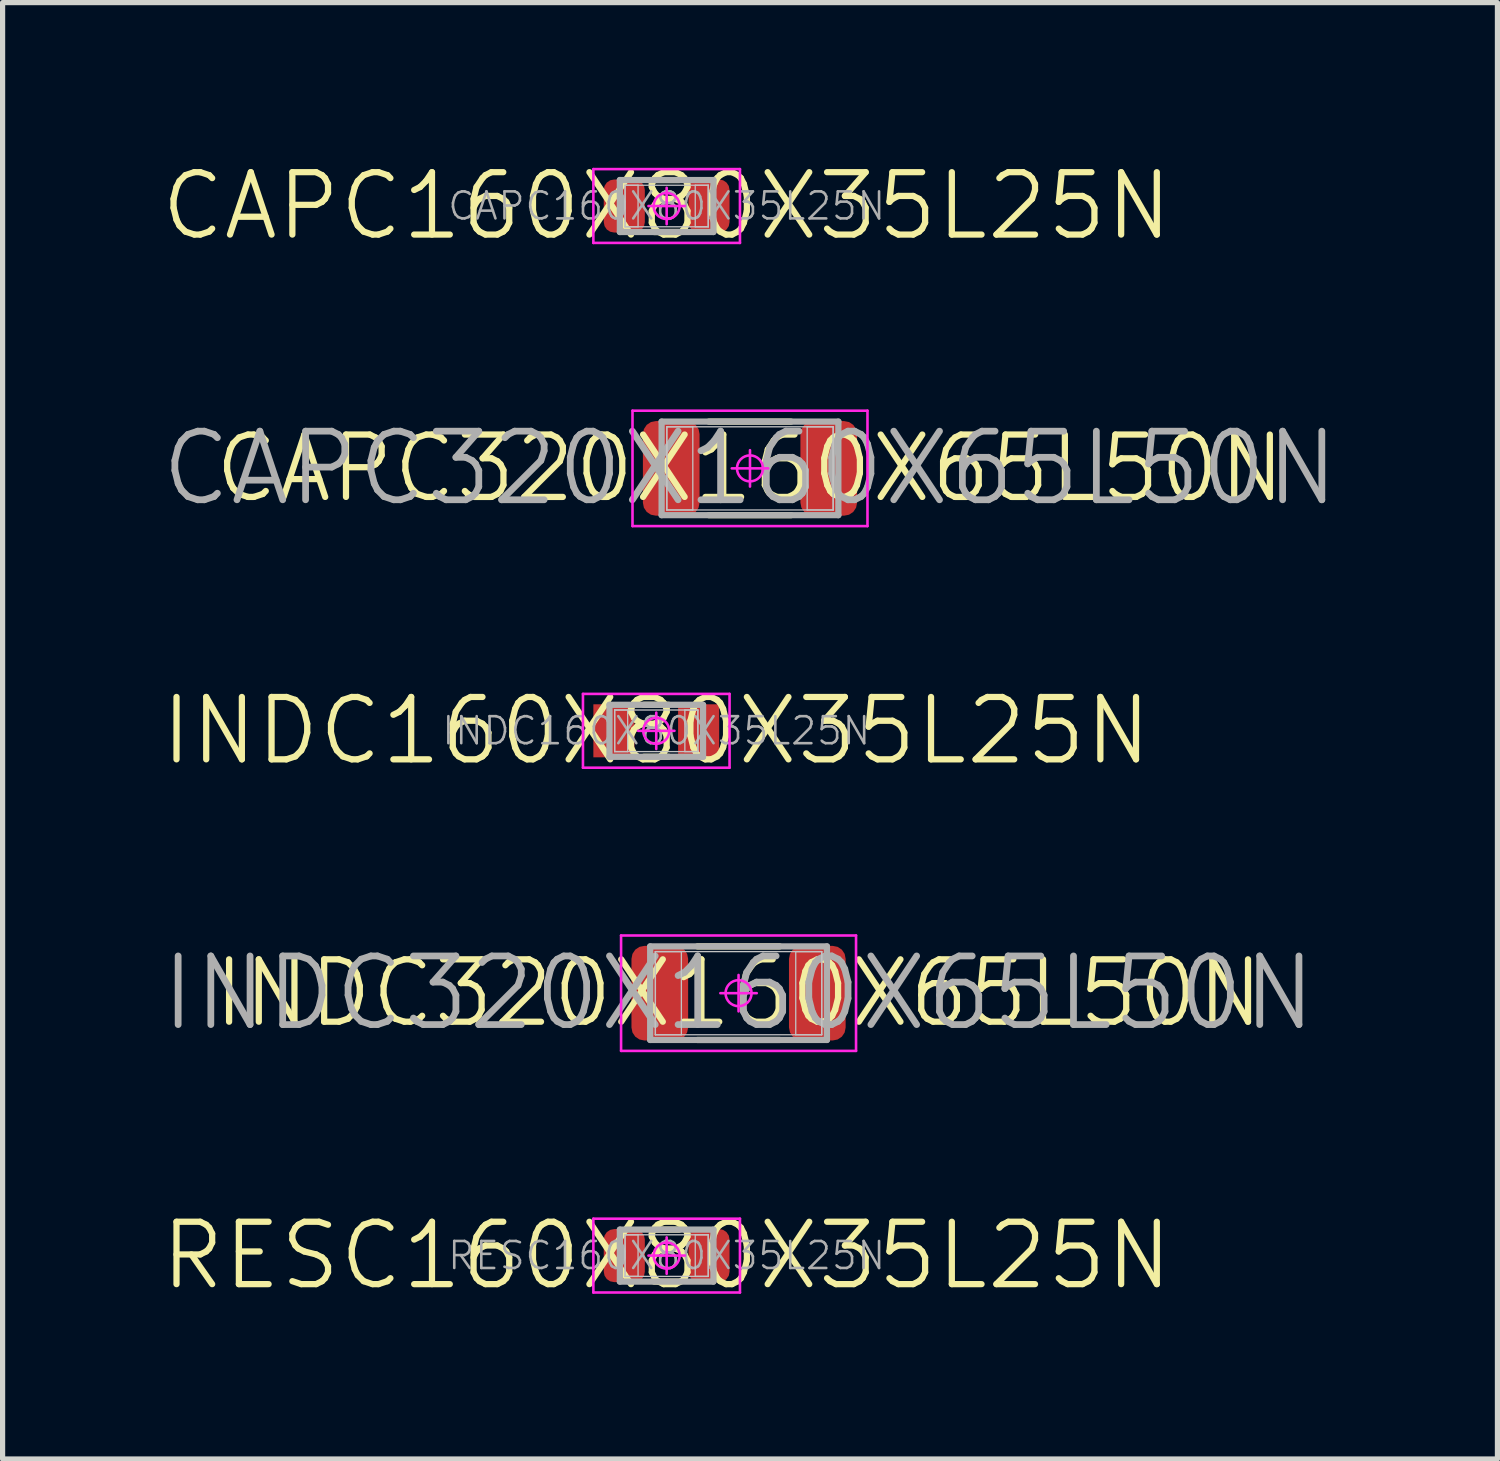
<source format=kicad_pcb>
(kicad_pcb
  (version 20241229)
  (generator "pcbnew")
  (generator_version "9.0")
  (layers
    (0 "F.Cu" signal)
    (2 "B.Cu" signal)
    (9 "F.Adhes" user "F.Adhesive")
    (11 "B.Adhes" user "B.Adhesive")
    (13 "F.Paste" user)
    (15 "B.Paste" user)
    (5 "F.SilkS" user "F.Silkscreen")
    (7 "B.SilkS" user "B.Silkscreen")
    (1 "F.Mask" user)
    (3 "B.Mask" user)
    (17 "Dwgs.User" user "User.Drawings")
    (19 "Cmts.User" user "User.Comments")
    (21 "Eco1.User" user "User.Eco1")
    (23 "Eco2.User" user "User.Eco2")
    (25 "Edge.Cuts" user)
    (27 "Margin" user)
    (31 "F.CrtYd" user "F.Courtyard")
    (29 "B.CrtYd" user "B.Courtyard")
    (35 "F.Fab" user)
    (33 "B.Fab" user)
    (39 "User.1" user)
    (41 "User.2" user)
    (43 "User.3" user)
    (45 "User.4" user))
  (footprint "INDC320X160X65L50N"
    (layer "F.Cu")
    (at 11.157 16.055)
    (property "Reference" "INDC320X160X65L50N" (at 0 0 0) (layer "F.SilkS") (effects (font (size 1.2 1.2) (thickness 0.12))))
    (attr smd)
    (fp_line (start -0.79 -0.9) (end 0.79 -0.9) (stroke (width 0.12) (type solid)) (layer "F.SilkS"))
    (fp_line (start -0.79 0.9) (end 0.79 0.9) (stroke (width 0.12) (type solid)) (layer "F.SilkS"))
    (fp_line (start -1.6 -0.8) (end -1.1 -0.8) (stroke (width 0.025) (type solid)) (layer "Dwgs.User"))
    (fp_line (start -1.6 -0.8) (end 1.6 -0.8) (stroke (width 0.025) (type solid)) (layer "Dwgs.User"))
    (fp_line (start -1.6 0.8) (end -1.6 -0.8) (stroke (width 0.025) (type solid)) (layer "Dwgs.User"))
    (fp_line (start -1.6 0.8) (end -1.6 -0.8) (stroke (width 0.025) (type solid)) (layer "Dwgs.User"))
    (fp_line (start -1.1 -0.8) (end -1.1 0.8) (stroke (width 0.025) (type solid)) (layer "Dwgs.User"))
    (fp_line (start -1.1 0.8) (end -1.6 0.8) (stroke (width 0.025) (type solid)) (layer "Dwgs.User"))
    (fp_line (start 1.1 -0.8) (end 1.6 -0.8) (stroke (width 0.025) (type solid)) (layer "Dwgs.User"))
    (fp_line (start 1.1 0.8) (end 1.1 -0.8) (stroke (width 0.025) (type solid)) (layer "Dwgs.User"))
    (fp_line (start 1.6 -0.8) (end 1.6 0.8) (stroke (width 0.025) (type solid)) (layer "Dwgs.User"))
    (fp_line (start 1.6 -0.8) (end 1.6 0.8) (stroke (width 0.025) (type solid)) (layer "Dwgs.User"))
    (fp_line (start 1.6 0.8) (end -1.6 0.8) (stroke (width 0.025) (type solid)) (layer "Dwgs.User"))
    (fp_line (start 1.6 0.8) (end 1.1 0.8) (stroke (width 0.025) (type solid)) (layer "Dwgs.User"))
    (fp_line (start -2.26 -1.11) (end 2.26 -1.11) (stroke (width 0.05) (type solid)) (layer "F.CrtYd"))
    (fp_line (start -2.26 1.11) (end -2.26 -1.11) (stroke (width 0.05) (type solid)) (layer "F.CrtYd"))
    (fp_line (start 0 -0.35) (end 0 0.35) (stroke (width 0.05) (type solid)) (layer "F.CrtYd"))
    (fp_line (start 0.35 0) (end -0.35 0) (stroke (width 0.05) (type solid)) (layer "F.CrtYd"))
    (fp_line (start 2.26 -1.11) (end 2.26 1.11) (stroke (width 0.05) (type solid)) (layer "F.CrtYd"))
    (fp_line (start 2.26 1.11) (end -2.26 1.11) (stroke (width 0.05) (type solid)) (layer "F.CrtYd"))
    (fp_circle (center 0 0) (end 0 0.25) (stroke (width 0.05) (type solid)) (fill no) (layer "F.CrtYd"))
    (fp_line (start -1.7 -0.9) (end 1.7 -0.9) (stroke (width 0.12) (type solid)) (layer "F.Fab"))
    (fp_line (start -1.7 0.9) (end -1.7 -0.9) (stroke (width 0.12) (type solid)) (layer "F.Fab"))
    (fp_line (start 1.7 -0.9) (end 1.7 0.9) (stroke (width 0.12) (type solid)) (layer "F.Fab"))
    (fp_line (start 1.7 0.9) (end -1.7 0.9) (stroke (width 0.12) (type solid)) (layer "F.Fab"))
    (fp_text user "${REFERENCE}" (at 0 0 0) (layer "F.Fab") (effects (font (size 1.32 1.32) (thickness 0.13))))
    (pad "1" smd roundrect (at -1.515 0) (size 1.09 1.82) (layers "F.Cu" "F.Mask" "F.Paste") (roundrect_rratio 0.229))
    (pad "2" smd roundrect (at 1.515 0) (size 1.09 1.82) (layers "F.Cu" "F.Mask" "F.Paste") (roundrect_rratio 0.229)))
  (footprint "RESC160X80X35L25N"
    (layer "F.Cu")
    (at 9.774 21.103)
    (property "Reference" "RESC160X80X35L25N" (at 0 0 0) (layer "F.SilkS") (effects (font (size 1.2 1.2) (thickness 0.12))))
    (attr smd)
    (fp_line (start -0.24 -0.5) (end 0.24 -0.5) (stroke (width 0.12) (type solid)) (layer "F.SilkS"))
    (fp_line (start -0.24 0.5) (end 0.24 0.5) (stroke (width 0.12) (type solid)) (layer "F.SilkS"))
    (fp_line (start -0.8 -0.4) (end -0.55 -0.4) (stroke (width 0.025) (type solid)) (layer "Dwgs.User"))
    (fp_line (start -0.8 -0.4) (end 0.8 -0.4) (stroke (width 0.025) (type solid)) (layer "Dwgs.User"))
    (fp_line (start -0.8 0.4) (end -0.8 -0.4) (stroke (width 0.025) (type solid)) (layer "Dwgs.User"))
    (fp_line (start -0.8 0.4) (end -0.8 -0.4) (stroke (width 0.025) (type solid)) (layer "Dwgs.User"))
    (fp_line (start -0.55 -0.4) (end -0.55 0.4) (stroke (width 0.025) (type solid)) (layer "Dwgs.User"))
    (fp_line (start -0.55 0.4) (end -0.8 0.4) (stroke (width 0.025) (type solid)) (layer "Dwgs.User"))
    (fp_line (start 0.55 -0.4) (end 0.8 -0.4) (stroke (width 0.025) (type solid)) (layer "Dwgs.User"))
    (fp_line (start 0.55 0.4) (end 0.55 -0.4) (stroke (width 0.025) (type solid)) (layer "Dwgs.User"))
    (fp_line (start 0.8 -0.4) (end 0.8 0.4) (stroke (width 0.025) (type solid)) (layer "Dwgs.User"))
    (fp_line (start 0.8 -0.4) (end 0.8 0.4) (stroke (width 0.025) (type solid)) (layer "Dwgs.User"))
    (fp_line (start 0.8 0.4) (end -0.8 0.4) (stroke (width 0.025) (type solid)) (layer "Dwgs.User"))
    (fp_line (start 0.8 0.4) (end 0.55 0.4) (stroke (width 0.025) (type solid)) (layer "Dwgs.User"))
    (fp_line (start -1.41 -0.71) (end 1.41 -0.71) (stroke (width 0.05) (type solid)) (layer "F.CrtYd"))
    (fp_line (start -1.41 0.71) (end -1.41 -0.71) (stroke (width 0.05) (type solid)) (layer "F.CrtYd"))
    (fp_line (start 0 -0.35) (end 0 0.35) (stroke (width 0.05) (type solid)) (layer "F.CrtYd"))
    (fp_line (start 0.35 0) (end -0.35 0) (stroke (width 0.05) (type solid)) (layer "F.CrtYd"))
    (fp_line (start 1.41 -0.71) (end 1.41 0.71) (stroke (width 0.05) (type solid)) (layer "F.CrtYd"))
    (fp_line (start 1.41 0.71) (end -1.41 0.71) (stroke (width 0.05) (type solid)) (layer "F.CrtYd"))
    (fp_circle (center 0 0) (end 0 0.25) (stroke (width 0.05) (type solid)) (fill no) (layer "F.CrtYd"))
    (fp_line (start -0.9 -0.5) (end 0.9 -0.5) (stroke (width 0.12) (type solid)) (layer "F.Fab"))
    (fp_line (start -0.9 0.5) (end -0.9 -0.5) (stroke (width 0.12) (type solid)) (layer "F.Fab"))
    (fp_line (start 0.9 -0.5) (end 0.9 0.5) (stroke (width 0.12) (type solid)) (layer "F.Fab"))
    (fp_line (start 0.9 0.5) (end -0.9 0.5) (stroke (width 0.12) (type solid)) (layer "F.Fab"))
    (fp_text user "${REFERENCE}" (at 0 0 0) (layer "F.Fab") (effects (font (size 0.52 0.52) (thickness 0.05))))
    (pad "1" smd roundrect (at -0.815 0) (size 0.79 1.02) (layers "F.Cu" "F.Mask" "F.Paste") (roundrect_rratio 0.253))
    (pad "2" smd roundrect (at 0.815 0) (size 0.79 1.02) (layers "F.Cu" "F.Mask" "F.Paste") (roundrect_rratio 0.253)))
  (footprint "CAPC160X80X35L25N"
    (layer "F.Cu")
    (at 9.774 0.913)
    (property "Reference" "CAPC160X80X35L25N" (at 0 0 0) (layer "F.SilkS") (effects (font (size 1.2 1.2) (thickness 0.12))))
    (attr smd)
    (fp_line (start -0.24 -0.5) (end 0.24 -0.5) (stroke (width 0.12) (type solid)) (layer "F.SilkS"))
    (fp_line (start -0.24 0.5) (end 0.24 0.5) (stroke (width 0.12) (type solid)) (layer "F.SilkS"))
    (fp_line (start -0.8 -0.4) (end -0.55 -0.4) (stroke (width 0.025) (type solid)) (layer "Dwgs.User"))
    (fp_line (start -0.8 -0.4) (end 0.8 -0.4) (stroke (width 0.025) (type solid)) (layer "Dwgs.User"))
    (fp_line (start -0.8 0.4) (end -0.8 -0.4) (stroke (width 0.025) (type solid)) (layer "Dwgs.User"))
    (fp_line (start -0.8 0.4) (end -0.8 -0.4) (stroke (width 0.025) (type solid)) (layer "Dwgs.User"))
    (fp_line (start -0.55 -0.4) (end -0.55 0.4) (stroke (width 0.025) (type solid)) (layer "Dwgs.User"))
    (fp_line (start -0.55 0.4) (end -0.8 0.4) (stroke (width 0.025) (type solid)) (layer "Dwgs.User"))
    (fp_line (start 0.55 -0.4) (end 0.8 -0.4) (stroke (width 0.025) (type solid)) (layer "Dwgs.User"))
    (fp_line (start 0.55 0.4) (end 0.55 -0.4) (stroke (width 0.025) (type solid)) (layer "Dwgs.User"))
    (fp_line (start 0.8 -0.4) (end 0.8 0.4) (stroke (width 0.025) (type solid)) (layer "Dwgs.User"))
    (fp_line (start 0.8 -0.4) (end 0.8 0.4) (stroke (width 0.025) (type solid)) (layer "Dwgs.User"))
    (fp_line (start 0.8 0.4) (end -0.8 0.4) (stroke (width 0.025) (type solid)) (layer "Dwgs.User"))
    (fp_line (start 0.8 0.4) (end 0.55 0.4) (stroke (width 0.025) (type solid)) (layer "Dwgs.User"))
    (fp_line (start -1.41 -0.71) (end 1.41 -0.71) (stroke (width 0.05) (type solid)) (layer "F.CrtYd"))
    (fp_line (start -1.41 0.71) (end -1.41 -0.71) (stroke (width 0.05) (type solid)) (layer "F.CrtYd"))
    (fp_line (start 0 -0.35) (end 0 0.35) (stroke (width 0.05) (type solid)) (layer "F.CrtYd"))
    (fp_line (start 0.35 0) (end -0.35 0) (stroke (width 0.05) (type solid)) (layer "F.CrtYd"))
    (fp_line (start 1.41 -0.71) (end 1.41 0.71) (stroke (width 0.05) (type solid)) (layer "F.CrtYd"))
    (fp_line (start 1.41 0.71) (end -1.41 0.71) (stroke (width 0.05) (type solid)) (layer "F.CrtYd"))
    (fp_circle (center 0 0) (end 0 0.25) (stroke (width 0.05) (type solid)) (fill no) (layer "F.CrtYd"))
    (fp_line (start -0.9 -0.5) (end 0.9 -0.5) (stroke (width 0.12) (type solid)) (layer "F.Fab"))
    (fp_line (start -0.9 0.5) (end -0.9 -0.5) (stroke (width 0.12) (type solid)) (layer "F.Fab"))
    (fp_line (start 0.9 -0.5) (end 0.9 0.5) (stroke (width 0.12) (type solid)) (layer "F.Fab"))
    (fp_line (start 0.9 0.5) (end -0.9 0.5) (stroke (width 0.12) (type solid)) (layer "F.Fab"))
    (fp_text user "${REFERENCE}" (at 0 0 0) (layer "F.Fab") (effects (font (size 0.52 0.52) (thickness 0.05))))
    (pad "1" smd roundrect (at -0.815 0) (size 0.79 1.02) (layers "F.Cu" "F.Mask" "F.Paste") (roundrect_rratio 0.253))
    (pad "2" smd roundrect (at 0.815 0) (size 0.79 1.02) (layers "F.Cu" "F.Mask" "F.Paste") (roundrect_rratio 0.253)))
  (footprint "INDC160X80X35L25N"
    (layer "F.Cu")
    (at 9.574 11.008)
    (property "Reference" "INDC160X80X35L25N" (at 0 0 0) (layer "F.SilkS") (effects (font (size 1.2 1.2) (thickness 0.12))))
    (attr smd)
    (fp_line (start -0.24 -0.5) (end 0.24 -0.5) (stroke (width 0.12) (type solid)) (layer "F.SilkS"))
    (fp_line (start -0.24 0.5) (end 0.24 0.5) (stroke (width 0.12) (type solid)) (layer "F.SilkS"))
    (fp_line (start -0.8 -0.4) (end -0.55 -0.4) (stroke (width 0.025) (type solid)) (layer "Dwgs.User"))
    (fp_line (start -0.8 -0.4) (end 0.8 -0.4) (stroke (width 0.025) (type solid)) (layer "Dwgs.User"))
    (fp_line (start -0.8 0.4) (end -0.8 -0.4) (stroke (width 0.025) (type solid)) (layer "Dwgs.User"))
    (fp_line (start -0.8 0.4) (end -0.8 -0.4) (stroke (width 0.025) (type solid)) (layer "Dwgs.User"))
    (fp_line (start -0.55 -0.4) (end -0.55 0.4) (stroke (width 0.025) (type solid)) (layer "Dwgs.User"))
    (fp_line (start -0.55 0.4) (end -0.8 0.4) (stroke (width 0.025) (type solid)) (layer "Dwgs.User"))
    (fp_line (start 0.55 -0.4) (end 0.8 -0.4) (stroke (width 0.025) (type solid)) (layer "Dwgs.User"))
    (fp_line (start 0.55 0.4) (end 0.55 -0.4) (stroke (width 0.025) (type solid)) (layer "Dwgs.User"))
    (fp_line (start 0.8 -0.4) (end 0.8 0.4) (stroke (width 0.025) (type solid)) (layer "Dwgs.User"))
    (fp_line (start 0.8 -0.4) (end 0.8 0.4) (stroke (width 0.025) (type solid)) (layer "Dwgs.User"))
    (fp_line (start 0.8 0.4) (end -0.8 0.4) (stroke (width 0.025) (type solid)) (layer "Dwgs.User"))
    (fp_line (start 0.8 0.4) (end 0.55 0.4) (stroke (width 0.025) (type solid)) (layer "Dwgs.User"))
    (fp_line (start -1.41 -0.71) (end 1.41 -0.71) (stroke (width 0.05) (type solid)) (layer "F.CrtYd"))
    (fp_line (start -1.41 0.71) (end -1.41 -0.71) (stroke (width 0.05) (type solid)) (layer "F.CrtYd"))
    (fp_line (start 0 -0.35) (end 0 0.35) (stroke (width 0.05) (type solid)) (layer "F.CrtYd"))
    (fp_line (start 0.35 0) (end -0.35 0) (stroke (width 0.05) (type solid)) (layer "F.CrtYd"))
    (fp_line (start 1.41 -0.71) (end 1.41 0.71) (stroke (width 0.05) (type solid)) (layer "F.CrtYd"))
    (fp_line (start 1.41 0.71) (end -1.41 0.71) (stroke (width 0.05) (type solid)) (layer "F.CrtYd"))
    (fp_circle (center 0 0) (end 0 0.25) (stroke (width 0.05) (type solid)) (fill no) (layer "F.CrtYd"))
    (fp_line (start -0.9 -0.5) (end 0.9 -0.5) (stroke (width 0.12) (type solid)) (layer "F.Fab"))
    (fp_line (start -0.9 0.5) (end -0.9 -0.5) (stroke (width 0.12) (type solid)) (layer "F.Fab"))
    (fp_line (start 0.9 -0.5) (end 0.9 0.5) (stroke (width 0.12) (type solid)) (layer "F.Fab"))
    (fp_line (start 0.9 0.5) (end -0.9 0.5) (stroke (width 0.12) (type solid)) (layer "F.Fab"))
    (fp_text user "${REFERENCE}" (at 0 0 0) (layer "F.Fab") (effects (font (size 0.52 0.52) (thickness 0.05))))
    (pad "1" smd rect (at -0.815 0) (size 0.79 1.02) (layers "F.Cu" "F.Mask" "F.Paste"))
    (pad "2" smd rect (at 0.815 0) (size 0.79 1.02) (layers "F.Cu" "F.Mask" "F.Paste")))
  (footprint "CAPC320X160X65L50N"
    (layer "F.Cu")
    (at 11.377 5.96)
    (property "Reference" "CAPC320X160X65L50N" (at 0 0 0) (layer "F.SilkS") (effects (font (size 1.2 1.2) (thickness 0.12))))
    (attr smd)
    (fp_line (start -0.79 -0.9) (end 0.79 -0.9) (stroke (width 0.12) (type solid)) (layer "F.SilkS"))
    (fp_line (start -0.79 0.9) (end 0.79 0.9) (stroke (width 0.12) (type solid)) (layer "F.SilkS"))
    (fp_line (start -1.6 -0.8) (end -1.1 -0.8) (stroke (width 0.025) (type solid)) (layer "Dwgs.User"))
    (fp_line (start -1.6 -0.8) (end 1.6 -0.8) (stroke (width 0.025) (type solid)) (layer "Dwgs.User"))
    (fp_line (start -1.6 0.8) (end -1.6 -0.8) (stroke (width 0.025) (type solid)) (layer "Dwgs.User"))
    (fp_line (start -1.6 0.8) (end -1.6 -0.8) (stroke (width 0.025) (type solid)) (layer "Dwgs.User"))
    (fp_line (start -1.1 -0.8) (end -1.1 0.8) (stroke (width 0.025) (type solid)) (layer "Dwgs.User"))
    (fp_line (start -1.1 0.8) (end -1.6 0.8) (stroke (width 0.025) (type solid)) (layer "Dwgs.User"))
    (fp_line (start 1.1 -0.8) (end 1.6 -0.8) (stroke (width 0.025) (type solid)) (layer "Dwgs.User"))
    (fp_line (start 1.1 0.8) (end 1.1 -0.8) (stroke (width 0.025) (type solid)) (layer "Dwgs.User"))
    (fp_line (start 1.6 -0.8) (end 1.6 0.8) (stroke (width 0.025) (type solid)) (layer "Dwgs.User"))
    (fp_line (start 1.6 -0.8) (end 1.6 0.8) (stroke (width 0.025) (type solid)) (layer "Dwgs.User"))
    (fp_line (start 1.6 0.8) (end -1.6 0.8) (stroke (width 0.025) (type solid)) (layer "Dwgs.User"))
    (fp_line (start 1.6 0.8) (end 1.1 0.8) (stroke (width 0.025) (type solid)) (layer "Dwgs.User"))
    (fp_line (start -2.26 -1.11) (end 2.26 -1.11) (stroke (width 0.05) (type solid)) (layer "F.CrtYd"))
    (fp_line (start -2.26 1.11) (end -2.26 -1.11) (stroke (width 0.05) (type solid)) (layer "F.CrtYd"))
    (fp_line (start 0 -0.35) (end 0 0.35) (stroke (width 0.05) (type solid)) (layer "F.CrtYd"))
    (fp_line (start 0.35 0) (end -0.35 0) (stroke (width 0.05) (type solid)) (layer "F.CrtYd"))
    (fp_line (start 2.26 -1.11) (end 2.26 1.11) (stroke (width 0.05) (type solid)) (layer "F.CrtYd"))
    (fp_line (start 2.26 1.11) (end -2.26 1.11) (stroke (width 0.05) (type solid)) (layer "F.CrtYd"))
    (fp_circle (center 0 0) (end 0 0.25) (stroke (width 0.05) (type solid)) (fill no) (layer "F.CrtYd"))
    (fp_line (start -1.7 -0.9) (end 1.7 -0.9) (stroke (width 0.12) (type solid)) (layer "F.Fab"))
    (fp_line (start -1.7 0.9) (end -1.7 -0.9) (stroke (width 0.12) (type solid)) (layer "F.Fab"))
    (fp_line (start 1.7 -0.9) (end 1.7 0.9) (stroke (width 0.12) (type solid)) (layer "F.Fab"))
    (fp_line (start 1.7 0.9) (end -1.7 0.9) (stroke (width 0.12) (type solid)) (layer "F.Fab"))
    (fp_text user "${REFERENCE}" (at 0 0 0) (layer "F.Fab") (effects (font (size 1.32 1.32) (thickness 0.13))))
    (pad "1" smd roundrect (at -1.515 0) (size 1.09 1.82) (layers "F.Cu" "F.Mask" "F.Paste") (roundrect_rratio 0.229))
    (pad "2" smd roundrect (at 1.515 0) (size 1.09 1.82) (layers "F.Cu" "F.Mask" "F.Paste") (roundrect_rratio 0.229)))
  (gr_rect
    (start -3 -3)
    (end 25.755 25.016)
    (stroke (width 0.1) (type default))
    (fill no)
    (layer "Edge.Cuts")))
</source>
